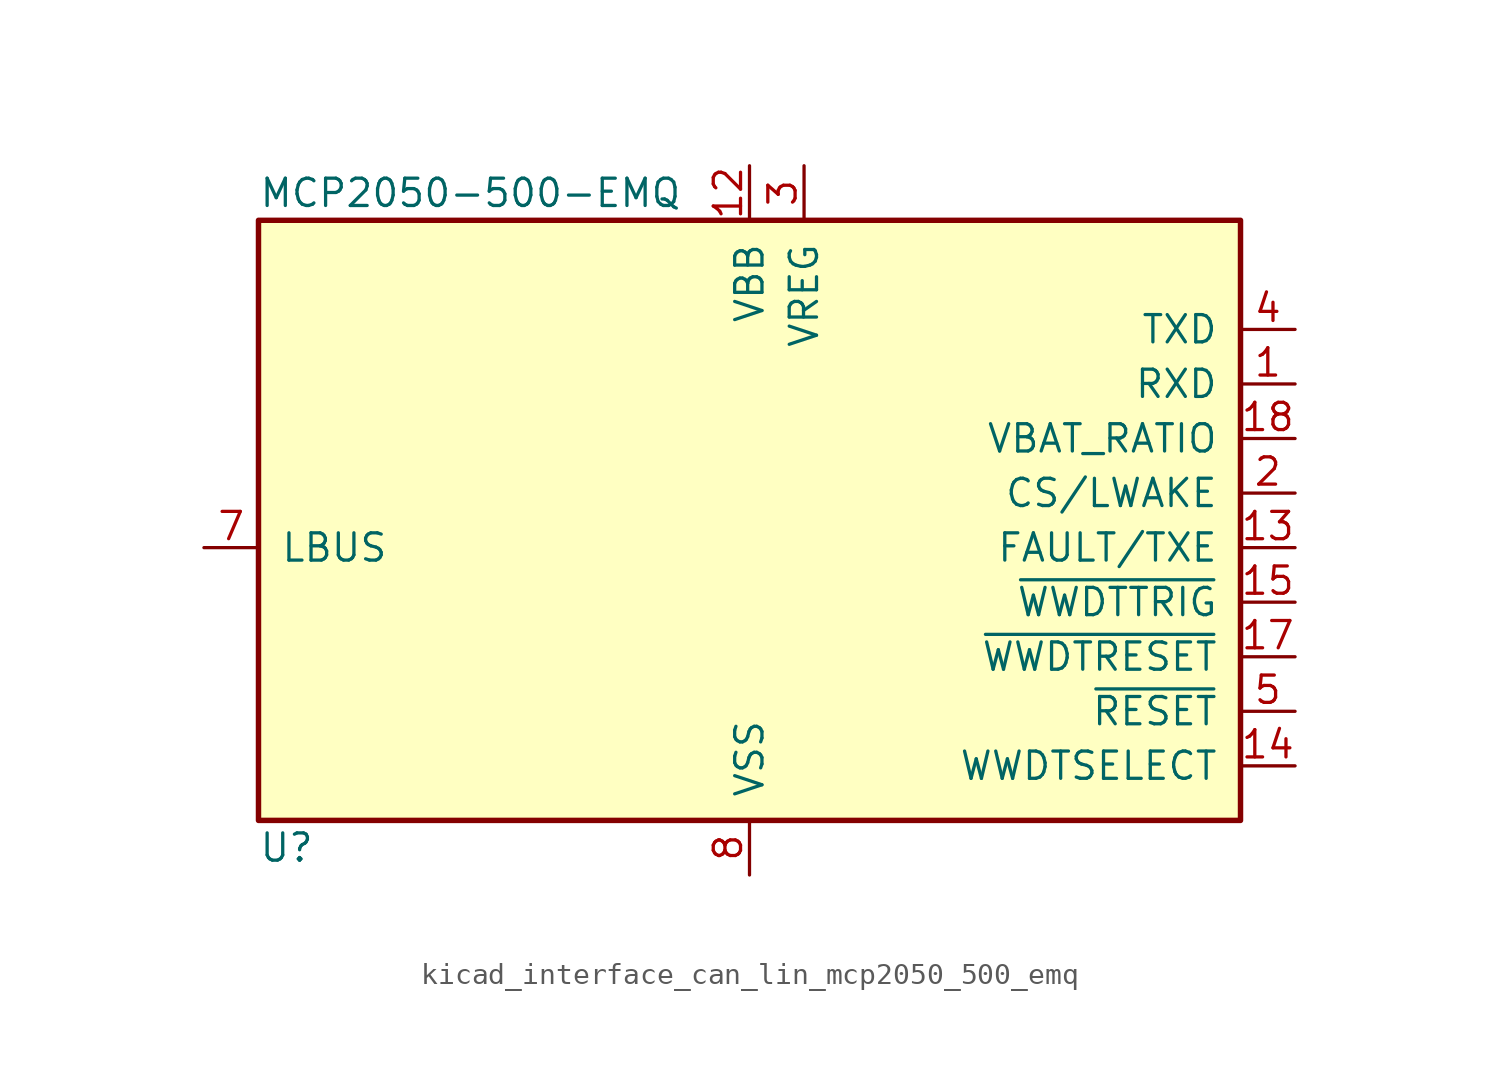
<source format=kicad_sym>
(kicad_symbol_lib
  (version 20220914)
  (generator kicad_symbol_editor)
  (symbol "kicad_interface_can_lin_mcp2050_500_emq"
    (pin_names
      (offset 1.016))
    (property "Reference" "U"
      (at -22.86 -13.97 0)
      (effects (font (size 1.27 1.27)) (justify left)))
    (property "Value" "MCP2050-500-EMQ"
      (at -22.86 16.51 0)
      (effects (font (size 1.27 1.27)) (justify left)))
    (symbol "kicad_interface_can_lin_mcp2050_500_emq_0_1"
      (rectangle (start -22.86 15.24) (end 22.86 -12.7) (stroke (width 0.254) (type default)) (fill (type background))))
    (symbol "kicad_interface_can_lin_mcp2050_500_emq_1_1"
      (pin output line (at 25.4 7.62 180) (length 2.54) (name "RXD" (effects (font (size 1.27 1.27)))) (number "1" (effects (font (size 1.27 1.27)))))
      (pin no_connect line (at -22.86 7.62 0) (length 2.54) hide (name "NC" (effects (font (size 1.27 1.27)))) (number "10" (effects (font (size 1.27 1.27)))))
      (pin no_connect line (at -22.86 5.08 0) (length 2.54) hide (name "NC" (effects (font (size 1.27 1.27)))) (number "11" (effects (font (size 1.27 1.27)))))
      (pin power_in line (at 0 17.78 270) (length 2.54) (name "VBB" (effects (font (size 1.27 1.27)))) (number "12" (effects (font (size 1.27 1.27)))))
      (pin open_collector line (at 25.4 0 180) (length 2.54) (name "FAULT/TXE" (effects (font (size 1.27 1.27)))) (number "13" (effects (font (size 1.27 1.27)))))
      (pin input line (at 25.4 -10.16 180) (length 2.54) (name "WWDTSELECT" (effects (font (size 1.27 1.27)))) (number "14" (effects (font (size 1.27 1.27)))))
      (pin input line (at 25.4 -2.54 180) (length 2.54) (name "~{WWDTTRIG}" (effects (font (size 1.27 1.27)))) (number "15" (effects (font (size 1.27 1.27)))))
      (pin no_connect line (at -22.86 2.54 0) (length 2.54) hide (name "NC" (effects (font (size 1.27 1.27)))) (number "16" (effects (font (size 1.27 1.27)))))
      (pin output line (at 25.4 -5.08 180) (length 2.54) (name "~{WWDTRESET}" (effects (font (size 1.27 1.27)))) (number "17" (effects (font (size 1.27 1.27)))))
      (pin output line (at 25.4 5.08 180) (length 2.54) (name "VBAT_RATIO" (effects (font (size 1.27 1.27)))) (number "18" (effects (font (size 1.27 1.27)))))
      (pin no_connect line (at -22.86 -2.54 0) (length 2.54) hide (name "NC" (effects (font (size 1.27 1.27)))) (number "19" (effects (font (size 1.27 1.27)))))
      (pin input line (at 25.4 2.54 180) (length 2.54) (name "CS/LWAKE" (effects (font (size 1.27 1.27)))) (number "2" (effects (font (size 1.27 1.27)))))
      (pin no_connect line (at -22.86 -5.08 0) (length 2.54) hide (name "NC" (effects (font (size 1.27 1.27)))) (number "20" (effects (font (size 1.27 1.27)))))
      (pin no_connect line (at -22.86 -7.62 0) (length 2.54) hide (name "PAD" (effects (font (size 1.27 1.27)))) (number "21" (effects (font (size 1.27 1.27)))))
      (pin power_out line (at 2.54 17.78 270) (length 2.54) (name "VREG" (effects (font (size 1.27 1.27)))) (number "3" (effects (font (size 1.27 1.27)))))
      (pin input line (at 25.4 10.16 180) (length 2.54) (name "TXD" (effects (font (size 1.27 1.27)))) (number "4" (effects (font (size 1.27 1.27)))))
      (pin output line (at 25.4 -7.62 180) (length 2.54) (name "~{RESET}" (effects (font (size 1.27 1.27)))) (number "5" (effects (font (size 1.27 1.27)))))
      (pin no_connect line (at -22.86 12.7 0) (length 2.54) hide (name "NC" (effects (font (size 1.27 1.27)))) (number "6" (effects (font (size 1.27 1.27)))))
      (pin open_collector line (at -25.4 0 0) (length 2.54) (name "LBUS" (effects (font (size 1.27 1.27)))) (number "7" (effects (font (size 1.27 1.27)))))
      (pin power_in line (at 0 -15.24 90) (length 2.54) (name "VSS" (effects (font (size 1.27 1.27)))) (number "8" (effects (font (size 1.27 1.27)))))
      (pin no_connect line (at -22.86 10.16 0) (length 2.54) hide (name "NC" (effects (font (size 1.27 1.27)))) (number "9" (effects (font (size 1.27 1.27))))))))
</source>
